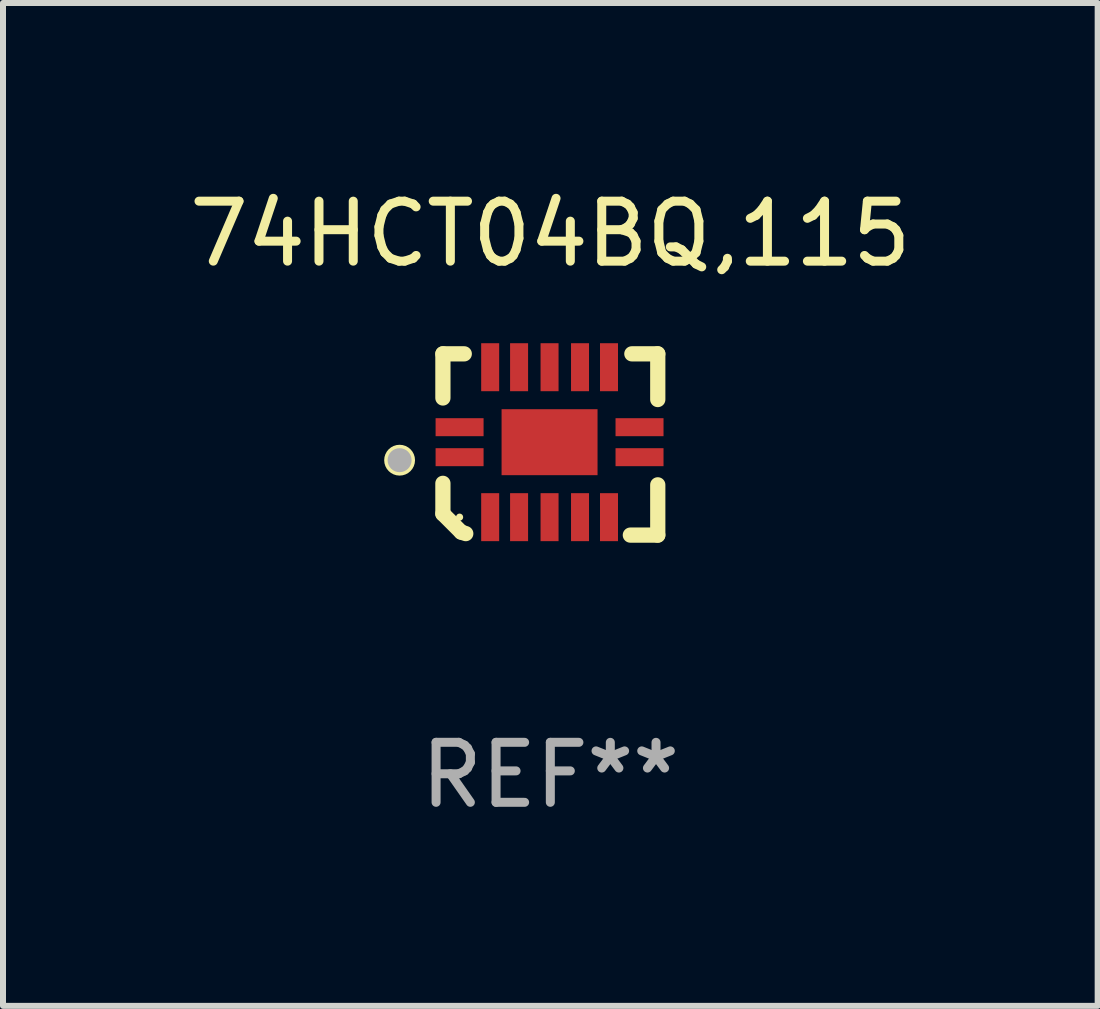
<source format=kicad_pcb>
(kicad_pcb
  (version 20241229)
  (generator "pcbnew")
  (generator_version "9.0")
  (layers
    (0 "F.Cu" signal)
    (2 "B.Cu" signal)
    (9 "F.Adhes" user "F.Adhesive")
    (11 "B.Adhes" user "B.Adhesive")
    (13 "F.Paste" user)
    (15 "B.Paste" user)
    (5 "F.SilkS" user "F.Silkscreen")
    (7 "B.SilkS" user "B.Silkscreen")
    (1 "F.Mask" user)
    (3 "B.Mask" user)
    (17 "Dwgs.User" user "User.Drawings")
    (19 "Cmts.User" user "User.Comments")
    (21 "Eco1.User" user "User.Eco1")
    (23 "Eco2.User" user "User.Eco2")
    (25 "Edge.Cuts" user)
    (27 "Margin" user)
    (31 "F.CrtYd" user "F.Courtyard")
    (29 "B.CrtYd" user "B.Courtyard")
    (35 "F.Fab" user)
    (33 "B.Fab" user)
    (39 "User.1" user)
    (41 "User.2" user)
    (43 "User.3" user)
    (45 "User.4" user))
  (footprint "74HCT04BQ,115"
    (layer "F.Cu")
    (at 6.125 4.36)
    (property "Reference" "74HCT04BQ,115" (at 0 -3.511 0) (layer "F.SilkS") (effects (font (size 1 1) (thickness 0.15))))
    (attr through_hole)
    (fp_line (start -1.791 -1.511) (end -1.435 -1.511) (stroke (width 0.254) (type solid)) (layer "F.SilkS"))
    (fp_line (start -1.791 -0.775) (end -1.791 -1.511) (stroke (width 0.254) (type solid)) (layer "F.SilkS"))
    (fp_line (start -1.791 1.156) (end -1.791 0.648) (stroke (width 0.254) (type solid)) (layer "F.SilkS"))
    (fp_line (start -1.486 1.461) (end -1.791 1.156) (stroke (width 0.254) (type solid)) (layer "F.SilkS"))
    (fp_line (start -1.41 1.486) (end -1.486 1.461) (stroke (width 0.254) (type solid)) (layer "F.SilkS"))
    (fp_line (start 1.334 1.511) (end 1.791 1.511) (stroke (width 0.254) (type solid)) (layer "F.SilkS"))
    (fp_line (start 1.791 -1.511) (end 1.359 -1.511) (stroke (width 0.254) (type solid)) (layer "F.SilkS"))
    (fp_line (start 1.791 -0.749) (end 1.791 -1.511) (stroke (width 0.254) (type solid)) (layer "F.SilkS"))
    (fp_line (start 1.791 1.511) (end 1.791 0.673) (stroke (width 0.254) (type solid)) (layer "F.SilkS"))
    (fp_circle (center -2.513 0.262) (end -2.383 0.262) (stroke (width 0.254) (type solid)) (fill no) (layer "F.SilkS"))
    (fp_circle (center -1.513 1.212) (end -1.483 1.212) (stroke (width 0.06) (type solid)) (fill no) (layer "F.SilkS"))
    (fp_circle (center -2.513 0.262) (end -2.413 0.262) (stroke (width 0.2) (type solid)) (fill no) (layer "F.Fab"))
    (fp_text user "REF**" (at 0 5.511 0) (layer "F.Fab") (effects (font (size 1 1) (thickness 0.15))))
    (pad "1" smd rect (at -1.513 0.212) (size 0.8 0.3) (layers "F.Cu" "F.Mask" "F.Paste"))
    (pad "2" smd rect (at -1.003 1.212) (size 0.3 0.8) (layers "F.Cu" "F.Mask" "F.Paste"))
    (pad "3" smd rect (at -0.521 1.212) (size 0.3 0.8) (layers "F.Cu" "F.Mask" "F.Paste"))
    (pad "4" smd rect (at -0.013 1.212) (size 0.3 0.8) (layers "F.Cu" "F.Mask" "F.Paste"))
    (pad "5" smd rect (at 0.495 1.212) (size 0.3 0.8) (layers "F.Cu" "F.Mask" "F.Paste"))
    (pad "6" smd rect (at 0.978 1.212) (size 0.3 0.8) (layers "F.Cu" "F.Mask" "F.Paste"))
    (pad "7" smd rect (at 1.487 0.212) (size 0.8 0.3) (layers "F.Cu" "F.Mask" "F.Paste"))
    (pad "8" smd rect (at 1.487 -0.288) (size 0.8 0.3) (layers "F.Cu" "F.Mask" "F.Paste"))
    (pad "9" smd rect (at 0.978 -1.288) (size 0.3 0.8) (layers "F.Cu" "F.Mask" "F.Paste"))
    (pad "10" smd rect (at 0.495 -1.288) (size 0.3 0.8) (layers "F.Cu" "F.Mask" "F.Paste"))
    (pad "11" smd rect (at -0.013 -1.288) (size 0.3 0.8) (layers "F.Cu" "F.Mask" "F.Paste"))
    (pad "12" smd rect (at -0.521 -1.288) (size 0.3 0.8) (layers "F.Cu" "F.Mask" "F.Paste"))
    (pad "13" smd rect (at -1.003 -1.288) (size 0.3 0.8) (layers "F.Cu" "F.Mask" "F.Paste"))
    (pad "14" smd rect (at -1.513 -0.288) (size 0.8 0.3) (layers "F.Cu" "F.Mask" "F.Paste"))
    (pad "15" smd rect (at -0.013 -0.038 90) (size 1.1 1.6) (layers "F.Cu" "F.Mask" "F.Paste")))
  (gr_rect
    (start -3 -3)
    (end 15.25 13.719)
    (stroke (width 0.1) (type default))
    (fill no)
    (layer "Edge.Cuts")))
</source>
